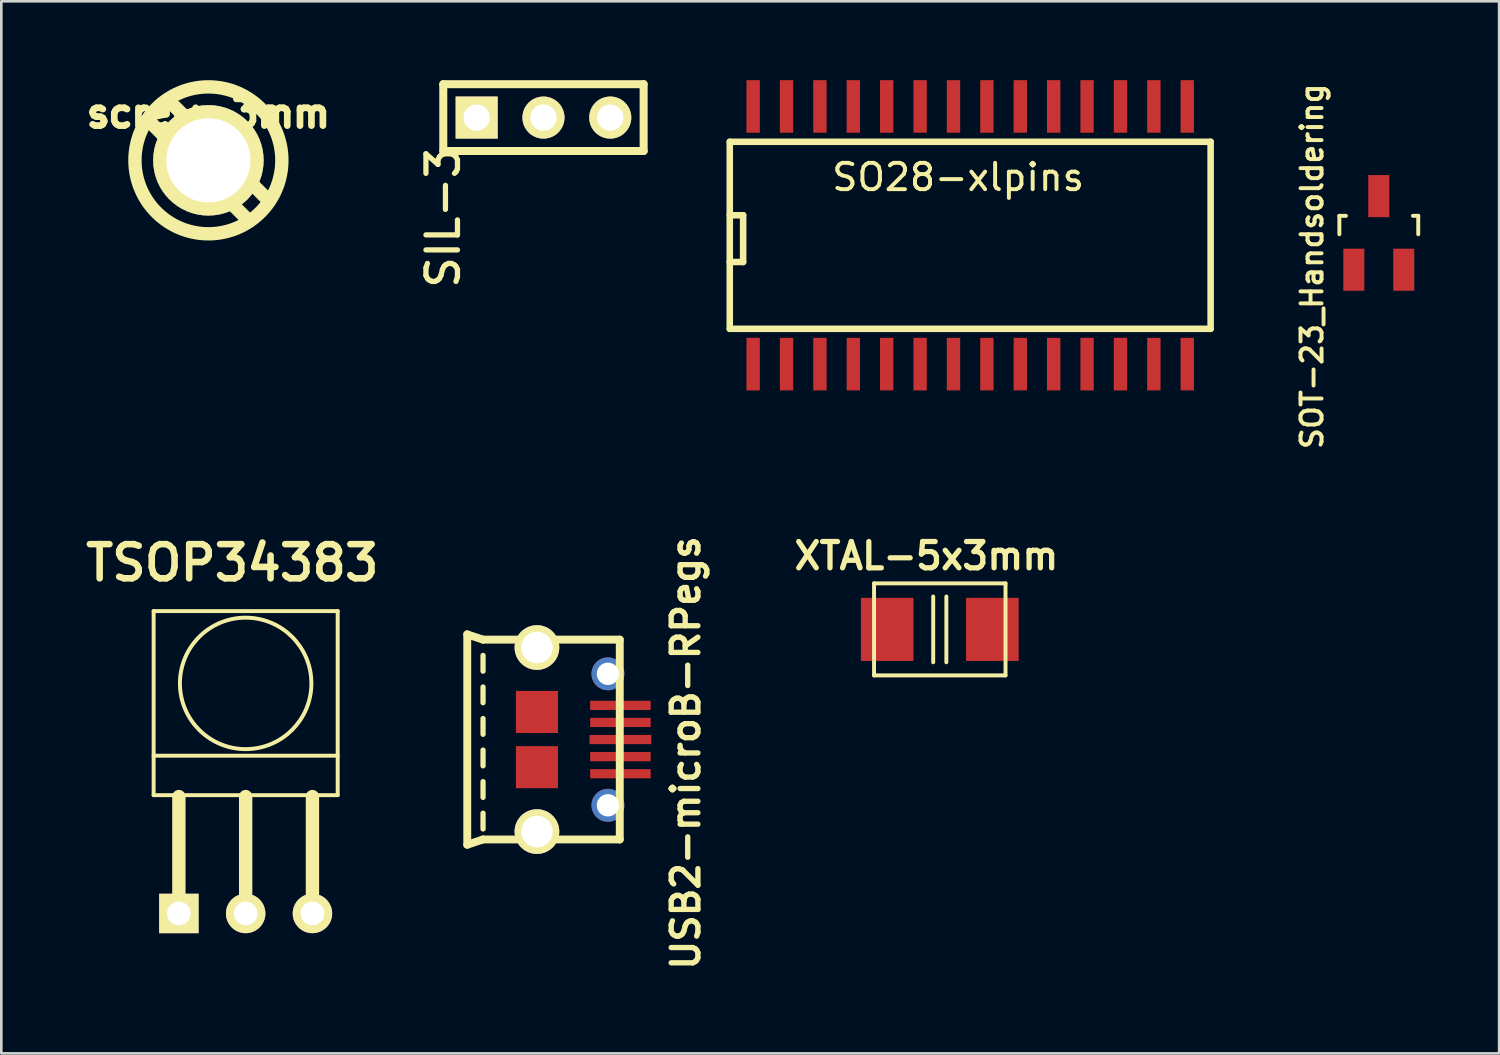
<source format=kicad_pcb>
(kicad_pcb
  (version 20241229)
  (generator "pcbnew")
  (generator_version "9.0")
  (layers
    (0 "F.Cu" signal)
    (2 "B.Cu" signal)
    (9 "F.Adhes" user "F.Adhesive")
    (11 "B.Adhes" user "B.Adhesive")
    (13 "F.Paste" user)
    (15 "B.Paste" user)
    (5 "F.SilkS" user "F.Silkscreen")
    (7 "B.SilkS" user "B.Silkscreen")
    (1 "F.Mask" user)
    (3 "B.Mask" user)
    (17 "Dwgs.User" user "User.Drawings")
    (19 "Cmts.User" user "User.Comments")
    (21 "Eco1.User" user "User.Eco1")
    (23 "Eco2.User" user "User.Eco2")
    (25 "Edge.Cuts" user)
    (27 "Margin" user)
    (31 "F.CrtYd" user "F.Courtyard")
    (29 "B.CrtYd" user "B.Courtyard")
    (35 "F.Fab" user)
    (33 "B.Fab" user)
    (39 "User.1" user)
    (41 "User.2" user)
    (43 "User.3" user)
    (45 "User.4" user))
  (footprint "SIL-3"
    (layer "F.Cu")
    (at 17.619 1.422)
    (property "Reference" "SIL-3" (at -3.815 3.805 90) (layer "F.SilkS") (effects (font (size 1.199 1.199) (thickness 0.2))))
    (attr through_hole)
    (fp_line (start -3.81 -1.27) (end 3.81 -1.27) (stroke (width 0.305) (type solid)) (layer "F.SilkS"))
    (fp_line (start -3.81 1.27) (end -3.81 -1.27) (stroke (width 0.305) (type solid)) (layer "F.SilkS"))
    (fp_line (start 3.81 -1.27) (end 3.81 1.27) (stroke (width 0.305) (type solid)) (layer "F.SilkS"))
    (fp_line (start 3.81 1.27) (end -3.81 1.27) (stroke (width 0.305) (type solid)) (layer "F.SilkS"))
    (pad "1" thru_hole rect (at -2.54 0) (size 1.6 1.6) (drill 1) (layers "*.Cu" "*.Mask" "F.SilkS"))
    (pad "2" thru_hole circle (at 0 0) (size 1.6 1.6) (drill 1) (layers "*.Cu" "*.Mask" "F.SilkS"))
    (pad "3" thru_hole circle (at 2.54 0) (size 1.6 1.6) (drill 1) (layers "*.Cu" "*.Mask" "F.SilkS")))
  (footprint "USB2-microB-RPegs"
    (layer "F.Cu")
    (at 15.921 25.077)
    (property "Reference" "USB2-microB-RPegs" (at 7.112 0.508 90) (layer "F.SilkS") (effects (font (size 1.016 1.016) (thickness 0.203))))
    (attr through_hole)
    (fp_line (start -1.2 -4) (end -1.2 4) (stroke (width 0.3) (type solid)) (layer "F.SilkS"))
    (fp_line (start -0.6 -3.8) (end -1.2 -4) (stroke (width 0.3) (type solid)) (layer "F.SilkS"))
    (fp_line (start -0.6 -3.2) (end -0.6 -2.6) (stroke (width 0.2) (type solid)) (layer "F.SilkS"))
    (fp_line (start -0.6 -2) (end -0.6 -1.4) (stroke (width 0.2) (type solid)) (layer "F.SilkS"))
    (fp_line (start -0.6 -0.8) (end -0.6 -0.2) (stroke (width 0.2) (type solid)) (layer "F.SilkS"))
    (fp_line (start -0.6 0.4) (end -0.6 1) (stroke (width 0.2) (type solid)) (layer "F.SilkS"))
    (fp_line (start -0.6 1.6) (end -0.6 2.2) (stroke (width 0.2) (type solid)) (layer "F.SilkS"))
    (fp_line (start -0.6 2.8) (end -0.6 3.4) (stroke (width 0.2) (type solid)) (layer "F.SilkS"))
    (fp_line (start -0.6 3.8) (end -1.2 4) (stroke (width 0.3) (type solid)) (layer "F.SilkS"))
    (fp_line (start 4.6 -3.8) (end -0.6 -3.8) (stroke (width 0.3) (type solid)) (layer "F.SilkS"))
    (fp_line (start 4.6 -3.8) (end 4.6 3.8) (stroke (width 0.3) (type solid)) (layer "F.SilkS"))
    (fp_line (start 4.6 3.8) (end -0.6 3.8) (stroke (width 0.3) (type solid)) (layer "F.SilkS"))
    (pad "1" smd rect (at 4.625 -1.3) (size 2.301 0.35) (layers "F.Cu" "F.Mask" "F.Paste"))
    (pad "2" smd rect (at 4.625 -0.65) (size 2.301 0.35) (layers "F.Cu" "F.Mask" "F.Paste"))
    (pad "3" smd rect (at 4.625 0) (size 2.35 0.35) (layers "F.Cu" "F.Mask" "F.Paste"))
    (pad "4" smd rect (at 4.625 0.65) (size 2.301 0.35) (layers "F.Cu" "F.Mask" "F.Paste"))
    (pad "5" smd rect (at 4.625 1.3) (size 2.301 0.35) (layers "F.Cu" "F.Mask" "F.Paste"))
    (pad "6" thru_hole circle (at 1.45 -3.5) (size 1.7 1.7) (drill 1.2) (layers "*.Cu" "*.Mask" "F.SilkS"))
    (pad "6" smd rect (at 1.45 -1.05) (size 1.6 1.6) (layers "F.Cu" "F.Mask" "F.Paste"))
    (pad "6" smd rect (at 1.45 1.05) (size 1.6 1.6) (layers "F.Cu" "F.Mask" "F.Paste"))
    (pad "6" thru_hole circle (at 1.45 3.5) (size 1.7 1.7) (drill 1.2) (layers "*.Cu" "*.Mask" "F.SilkS"))
    (pad "6" thru_hole circle (at 4.15 -2.5) (size 1.25 1.25) (drill 0.85) (layers "*.Cu" "*.Mask"))
    (pad "6" thru_hole circle (at 4.15 2.5) (size 1.25 1.25) (drill 0.85) (layers "*.Cu" "*.Mask")))
  (footprint "screw-3mm"
    (layer "F.Cu")
    (at 4.876 3.048)
    (property "Reference" "screw-3mm" (at 0 -1.778 0) (layer "F.SilkS") (effects (font (size 1.016 1.016) (thickness 0.254))))
    (attr through_hole)
    (fp_line (start -2.286 -1.524) (end 1.524 2.286) (stroke (width 0.508) (type solid)) (layer "F.SilkS"))
    (fp_line (start -1.524 -2.286) (end 2.286 1.524) (stroke (width 0.508) (type solid)) (layer "F.SilkS"))
    (fp_circle (center 0 0) (end 2.794 0) (stroke (width 0.508) (type solid)) (fill no) (layer "F.SilkS"))
    (pad "" thru_hole circle (at 0 0) (size 4.201 4.201) (drill 3.2) (layers "*.Cu" "*.Mask" "F.SilkS")))
  (footprint "TSOP34383"
    (layer "F.Cu")
    (at 6.293 31.691)
    (property "Reference" "TSOP34383" (at -0.508 -13.335 0) (layer "F.SilkS") (effects (font (size 1.3 1.3) (thickness 0.25))))
    (attr through_hole)
    (fp_line (start -3.5 -11.5) (end -3.5 -4.5) (stroke (width 0.15) (type solid)) (layer "F.SilkS"))
    (fp_line (start -3.5 -6) (end 3.5 -6) (stroke (width 0.15) (type solid)) (layer "F.SilkS"))
    (fp_line (start -3.5 -4.5) (end 3.5 -4.5) (stroke (width 0.15) (type solid)) (layer "F.SilkS"))
    (fp_line (start -2.54 0) (end -2.54 -4.445) (stroke (width 0.508) (type solid)) (layer "F.SilkS"))
    (fp_line (start 0 0) (end 0 -4.445) (stroke (width 0.508) (type solid)) (layer "F.SilkS"))
    (fp_line (start 2.54 0) (end 2.54 -4.445) (stroke (width 0.508) (type solid)) (layer "F.SilkS"))
    (fp_line (start 3.5 -11.5) (end -3.5 -11.5) (stroke (width 0.15) (type solid)) (layer "F.SilkS"))
    (fp_line (start 3.5 -4.5) (end 3.5 -11.5) (stroke (width 0.15) (type solid)) (layer "F.SilkS"))
    (fp_circle (center 0 -8.75) (end 1.5 -6.75) (stroke (width 0.15) (type solid)) (fill no) (layer "F.SilkS"))
    (pad "1" thru_hole rect (at -2.54 0) (size 1.5 1.5) (drill 0.9) (layers "*.Cu" "*.Mask" "F.SilkS"))
    (pad "2" thru_hole circle (at 0 0) (size 1.5 1.5) (drill 0.9) (layers "*.Cu" "*.Mask" "F.SilkS"))
    (pad "3" thru_hole circle (at 2.54 0) (size 1.5 1.5) (drill 0.9) (layers "*.Cu" "*.Mask" "F.SilkS")))
  (footprint "SOT-23_Handsoldering"
    (layer "F.Cu")
    (at 49.389 5.808)
    (property "Reference" "SOT-23_Handsoldering" (at -2.54 1.27 90) (layer "F.SilkS") (effects (font (size 0.8 0.8) (thickness 0.15))))
    (attr smd)
    (fp_line (start -1.5 -0.65) (end -1.251 -0.65) (stroke (width 0.15) (type solid)) (layer "F.SilkS"))
    (fp_line (start -1.5 0.051) (end -1.5 -0.65) (stroke (width 0.15) (type solid)) (layer "F.SilkS"))
    (fp_line (start 1.299 -0.65) (end 1.5 -0.65) (stroke (width 0.15) (type solid)) (layer "F.SilkS"))
    (fp_line (start 1.5 -0.65) (end 1.5 0.051) (stroke (width 0.15) (type solid)) (layer "F.SilkS"))
    (pad "1" smd rect (at -0.95 1.4) (size 0.8 1.6) (layers "F.Cu" "F.Mask" "F.Paste"))
    (pad "2" smd rect (at 0.95 1.4) (size 0.8 1.6) (layers "F.Cu" "F.Mask" "F.Paste"))
    (pad "3" smd rect (at 0 -1.4) (size 0.8 1.6) (layers "F.Cu" "F.Mask" "F.Paste")))
  (footprint "XTAL-5x3mm"
    (layer "F.Cu")
    (at 32.692 20.887)
    (property "Reference" "XTAL-5x3mm" (at -0.508 -2.794 0) (layer "F.SilkS") (effects (font (size 1 1) (thickness 0.2))))
    (attr through_hole)
    (fp_line (start -2.5 -1.75) (end 2.5 -1.75) (stroke (width 0.15) (type solid)) (layer "F.SilkS"))
    (fp_line (start -2.5 1.75) (end -2.5 -1.75) (stroke (width 0.15) (type solid)) (layer "F.SilkS"))
    (fp_line (start -0.25 -1.25) (end -0.25 1.25) (stroke (width 0.15) (type solid)) (layer "F.SilkS"))
    (fp_line (start 0.25 -1.25) (end 0.25 1.25) (stroke (width 0.15) (type solid)) (layer "F.SilkS"))
    (fp_line (start 2.5 -1.75) (end 2.5 1.75) (stroke (width 0.15) (type solid)) (layer "F.SilkS"))
    (fp_line (start 2.5 1.75) (end -2.5 1.75) (stroke (width 0.15) (type solid)) (layer "F.SilkS"))
    (pad "1" smd rect (at -2 0) (size 2 2.4) (layers "F.Cu" "F.Mask" "F.Paste"))
    (pad "2" smd rect (at 2 0) (size 2 2.4) (layers "F.Cu" "F.Mask" "F.Paste")))
  (footprint "SO28-xlpins"
    (layer "F.Cu")
    (at 33.849 5.899)
    (property "Reference" "SO28-xlpins" (at -0.457 -2.21 0) (layer "F.SilkS") (effects (font (size 1 1) (thickness 0.15))))
    (attr smd)
    (fp_line (start -9.144 -3.556) (end 9.144 -3.556) (stroke (width 0.249) (type solid)) (layer "F.SilkS"))
    (fp_line (start -9.144 -0.762) (end -8.636 -0.762) (stroke (width 0.249) (type solid)) (layer "F.SilkS"))
    (fp_line (start -9.144 3.556) (end -9.144 -3.556) (stroke (width 0.249) (type solid)) (layer "F.SilkS"))
    (fp_line (start -8.636 -0.762) (end -8.636 1.016) (stroke (width 0.249) (type solid)) (layer "F.SilkS"))
    (fp_line (start -8.636 1.016) (end -9.144 1.016) (stroke (width 0.249) (type solid)) (layer "F.SilkS"))
    (fp_line (start 9.144 -3.556) (end 9.144 3.556) (stroke (width 0.249) (type solid)) (layer "F.SilkS"))
    (fp_line (start 9.144 3.556) (end -9.144 3.556) (stroke (width 0.249) (type solid)) (layer "F.SilkS"))
    (pad "1" smd rect (at -8.255 4.9) (size 0.508 1.999) (layers "F.Cu" "F.Mask" "F.Paste"))
    (pad "2" smd rect (at -6.985 4.9) (size 0.508 1.999) (layers "F.Cu" "F.Mask" "F.Paste"))
    (pad "3" smd rect (at -5.715 4.9) (size 0.508 1.999) (layers "F.Cu" "F.Mask" "F.Paste"))
    (pad "4" smd rect (at -4.445 4.9) (size 0.508 1.999) (layers "F.Cu" "F.Mask" "F.Paste"))
    (pad "5" smd rect (at -3.175 4.9) (size 0.508 1.999) (layers "F.Cu" "F.Mask" "F.Paste"))
    (pad "6" smd rect (at -1.905 4.9) (size 0.508 1.999) (layers "F.Cu" "F.Mask" "F.Paste"))
    (pad "7" smd rect (at -0.635 4.9) (size 0.508 1.999) (layers "F.Cu" "F.Mask" "F.Paste"))
    (pad "8" smd rect (at 0.635 4.9) (size 0.508 1.999) (layers "F.Cu" "F.Mask" "F.Paste"))
    (pad "9" smd rect (at 1.905 4.9) (size 0.508 1.999) (layers "F.Cu" "F.Mask" "F.Paste"))
    (pad "10" smd rect (at 3.175 4.9) (size 0.508 1.999) (layers "F.Cu" "F.Mask" "F.Paste"))
    (pad "11" smd rect (at 4.445 4.9) (size 0.508 1.999) (layers "F.Cu" "F.Mask" "F.Paste"))
    (pad "12" smd rect (at 5.715 4.9) (size 0.508 1.999) (layers "F.Cu" "F.Mask" "F.Paste"))
    (pad "13" smd rect (at 6.985 4.9) (size 0.508 1.999) (layers "F.Cu" "F.Mask" "F.Paste"))
    (pad "14" smd rect (at 8.255 4.9) (size 0.508 1.999) (layers "F.Cu" "F.Mask" "F.Paste"))
    (pad "15" smd rect (at 8.255 -4.9) (size 0.508 1.999) (layers "F.Cu" "F.Mask" "F.Paste"))
    (pad "16" smd rect (at 6.985 -4.9) (size 0.508 1.999) (layers "F.Cu" "F.Mask" "F.Paste"))
    (pad "17" smd rect (at 5.715 -4.9) (size 0.508 1.999) (layers "F.Cu" "F.Mask" "F.Paste"))
    (pad "18" smd rect (at 4.445 -4.9) (size 0.508 1.999) (layers "F.Cu" "F.Mask" "F.Paste"))
    (pad "19" smd rect (at 3.175 -4.9) (size 0.508 1.999) (layers "F.Cu" "F.Mask" "F.Paste"))
    (pad "20" smd rect (at 1.905 -4.9) (size 0.508 1.999) (layers "F.Cu" "F.Mask" "F.Paste"))
    (pad "21" smd rect (at 0.635 -4.9) (size 0.508 1.999) (layers "F.Cu" "F.Mask" "F.Paste"))
    (pad "22" smd rect (at -0.635 -4.9) (size 0.508 1.999) (layers "F.Cu" "F.Mask" "F.Paste"))
    (pad "23" smd rect (at -1.905 -4.9) (size 0.508 1.999) (layers "F.Cu" "F.Mask" "F.Paste"))
    (pad "24" smd rect (at -3.175 -4.9) (size 0.508 1.999) (layers "F.Cu" "F.Mask" "F.Paste"))
    (pad "25" smd rect (at -4.445 -4.9) (size 0.508 1.999) (layers "F.Cu" "F.Mask" "F.Paste"))
    (pad "26" smd rect (at -5.715 -4.9) (size 0.508 1.999) (layers "F.Cu" "F.Mask" "F.Paste"))
    (pad "27" smd rect (at -6.985 -4.9) (size 0.508 1.999) (layers "F.Cu" "F.Mask" "F.Paste"))
    (pad "28" smd rect (at -8.255 -4.9) (size 0.508 1.999) (layers "F.Cu" "F.Mask" "F.Paste")))
  (gr_rect
    (start -3 -3)
    (end 53.964 37.013)
    (stroke (width 0.1) (type default))
    (fill no)
    (layer "Edge.Cuts")))
</source>
